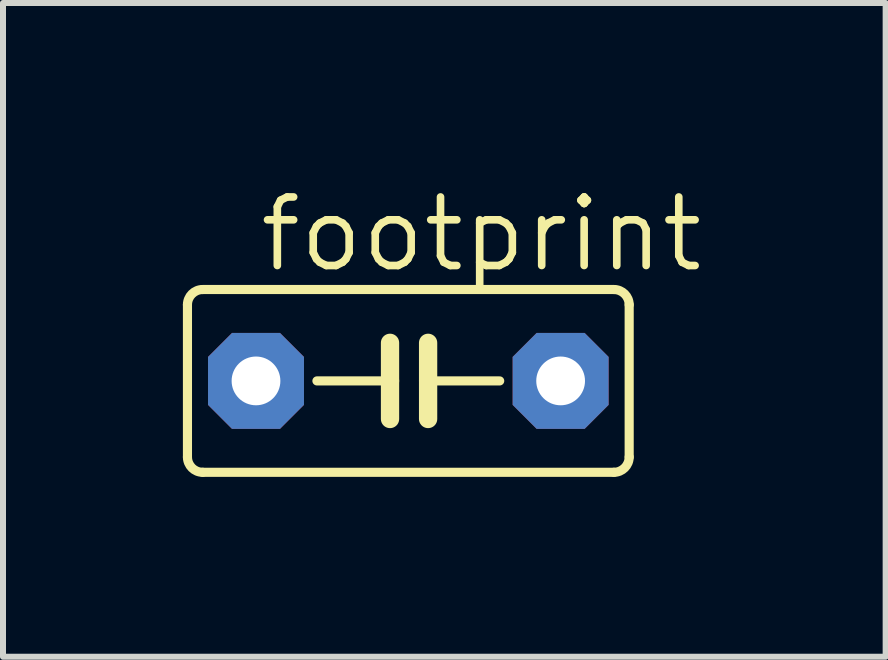
<source format=kicad_pcb>
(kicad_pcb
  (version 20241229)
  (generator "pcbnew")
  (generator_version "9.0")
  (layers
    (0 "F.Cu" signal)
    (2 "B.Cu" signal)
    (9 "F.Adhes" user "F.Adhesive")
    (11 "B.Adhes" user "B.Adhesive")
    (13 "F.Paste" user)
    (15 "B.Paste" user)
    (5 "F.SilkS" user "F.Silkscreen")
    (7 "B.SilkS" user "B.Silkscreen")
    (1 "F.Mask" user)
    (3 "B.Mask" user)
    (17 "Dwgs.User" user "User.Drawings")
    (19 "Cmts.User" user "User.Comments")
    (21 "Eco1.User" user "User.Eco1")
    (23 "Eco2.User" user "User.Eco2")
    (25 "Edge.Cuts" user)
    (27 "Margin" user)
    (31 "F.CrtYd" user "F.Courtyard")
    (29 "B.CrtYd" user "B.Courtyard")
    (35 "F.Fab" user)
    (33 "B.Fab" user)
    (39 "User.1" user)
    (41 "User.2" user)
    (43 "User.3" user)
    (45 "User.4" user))
  (footprint "footprint"
    (layer "F.Cu")
    (at 3.759 3.302)
    (property "Reference" "footprint" (at -2.54 -1.778 0) (layer "F.SilkS") (effects (font (size 1.143 1.143) (thickness 0.127)) (justify left bottom)))
    (fp_line (start -3.683 -1.27) (end -3.683 1.27) (stroke (width 0.152) (type solid)) (layer "F.SilkS"))
    (fp_line (start -3.429 1.524) (end 3.429 1.524) (stroke (width 0.152) (type solid)) (layer "F.SilkS"))
    (fp_line (start -0.305 -0.635) (end -0.305 0) (stroke (width 0.305) (type solid)) (layer "F.SilkS"))
    (fp_line (start -0.305 0) (end -1.524 0) (stroke (width 0.152) (type solid)) (layer "F.SilkS"))
    (fp_line (start -0.305 0) (end -0.305 0.635) (stroke (width 0.305) (type solid)) (layer "F.SilkS"))
    (fp_line (start 0.33 -0.635) (end 0.33 0) (stroke (width 0.305) (type solid)) (layer "F.SilkS"))
    (fp_line (start 0.33 0) (end 0.33 0.635) (stroke (width 0.305) (type solid)) (layer "F.SilkS"))
    (fp_line (start 0.33 0) (end 1.524 0) (stroke (width 0.152) (type solid)) (layer "F.SilkS"))
    (fp_line (start 3.429 -1.524) (end -3.429 -1.524) (stroke (width 0.152) (type solid)) (layer "F.SilkS"))
    (fp_line (start 3.683 1.27) (end 3.683 -1.27) (stroke (width 0.152) (type solid)) (layer "F.SilkS"))
    (fp_arc (start -3.683 -1.27) (mid -3.608605 -1.449605) (end -3.429 -1.524) (stroke (width 0.1524) (type solid)) (layer "F.SilkS"))
    (fp_arc (start -3.429 1.524) (mid -3.608605 1.449605) (end -3.683 1.27) (stroke (width 0.1524) (type solid)) (layer "F.SilkS"))
    (fp_arc (start 3.429 -1.524) (mid 3.608605 -1.449605) (end 3.683 -1.27) (stroke (width 0.1524) (type solid)) (layer "F.SilkS"))
    (fp_arc (start 3.683 1.27) (mid 3.608605 1.449605) (end 3.429 1.524) (stroke (width 0.1524) (type solid)) (layer "F.SilkS"))
    (pad "1" thru_hole roundrect (at -2.54 0) (size 1.6 1.6) (drill 0.813) (layers "*.Cu" "*.Mask") (roundrect_rratio 0.25) (chamfer_ratio 0.25) (chamfer top_left top_right bottom_left bottom_right))
    (pad "2" thru_hole roundrect (at 2.54 0) (size 1.6 1.6) (drill 0.813) (layers "*.Cu" "*.Mask") (roundrect_rratio 0.25) (chamfer_ratio 0.25) (chamfer top_left top_right bottom_left bottom_right)))
  (gr_rect
    (start -3 -3)
    (end 11.719 7.902)
    (stroke (width 0.1) (type default))
    (fill no)
    (layer "Edge.Cuts")))
</source>
